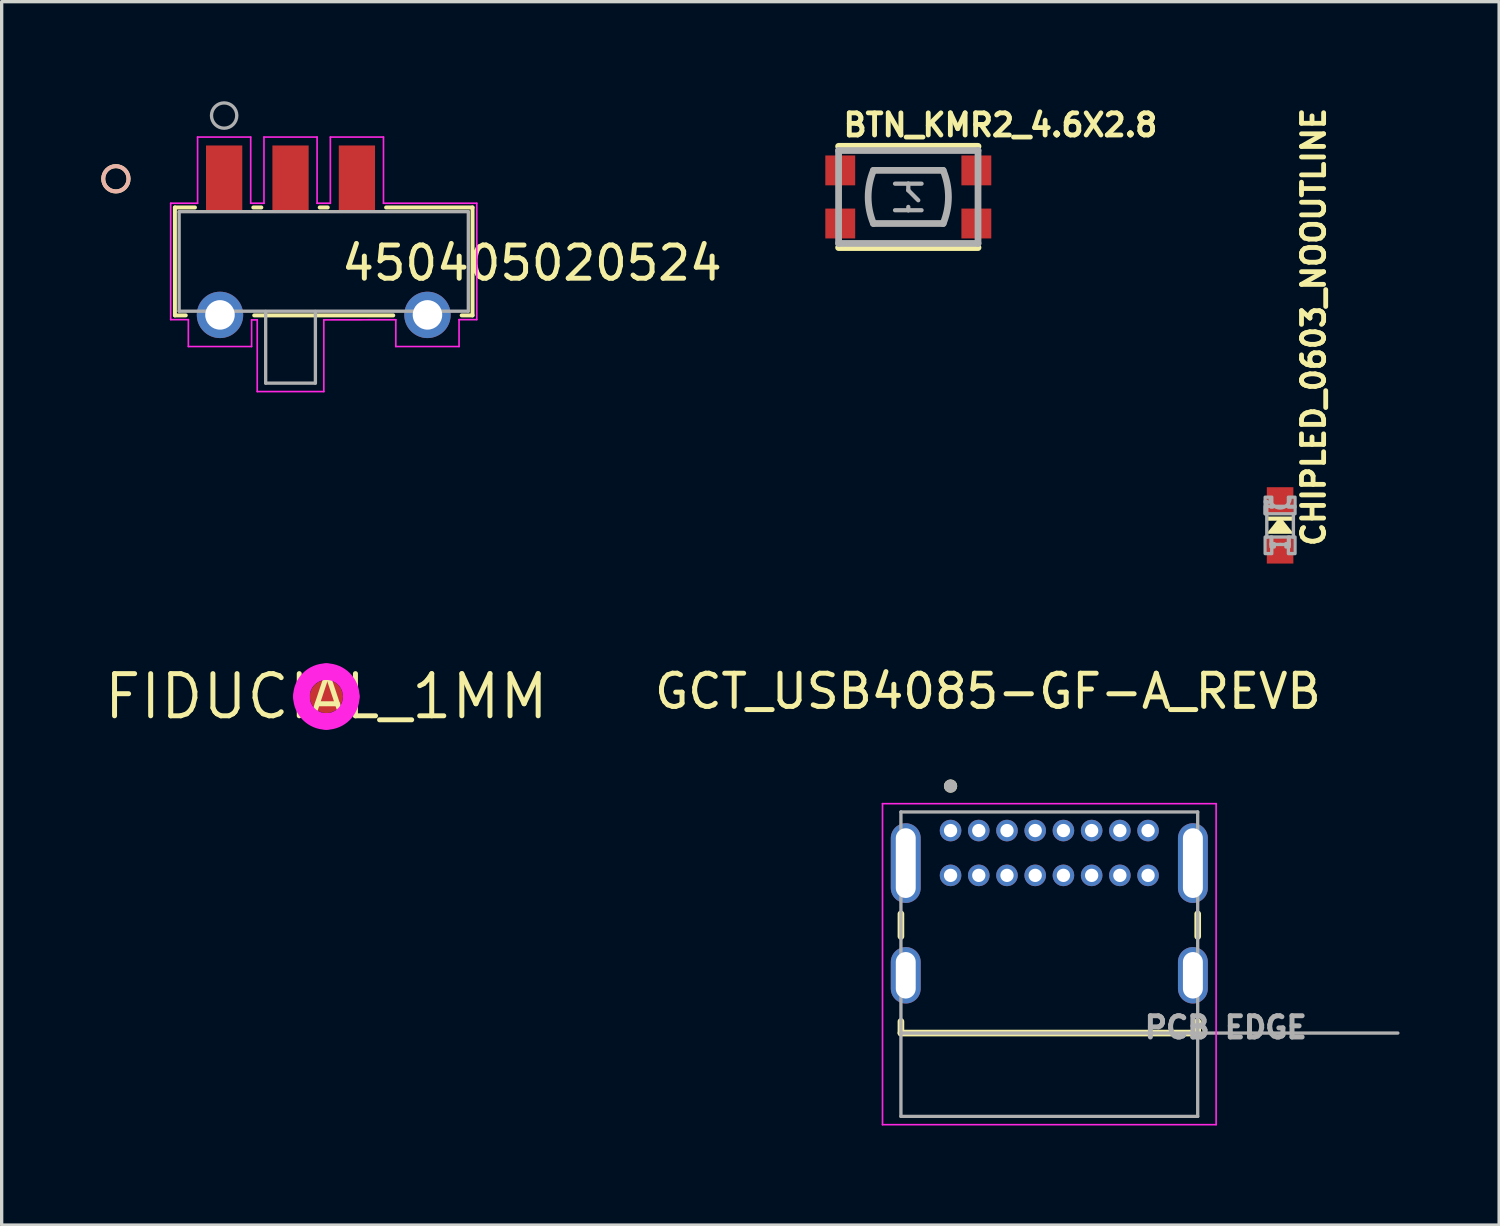
<source format=kicad_pcb>
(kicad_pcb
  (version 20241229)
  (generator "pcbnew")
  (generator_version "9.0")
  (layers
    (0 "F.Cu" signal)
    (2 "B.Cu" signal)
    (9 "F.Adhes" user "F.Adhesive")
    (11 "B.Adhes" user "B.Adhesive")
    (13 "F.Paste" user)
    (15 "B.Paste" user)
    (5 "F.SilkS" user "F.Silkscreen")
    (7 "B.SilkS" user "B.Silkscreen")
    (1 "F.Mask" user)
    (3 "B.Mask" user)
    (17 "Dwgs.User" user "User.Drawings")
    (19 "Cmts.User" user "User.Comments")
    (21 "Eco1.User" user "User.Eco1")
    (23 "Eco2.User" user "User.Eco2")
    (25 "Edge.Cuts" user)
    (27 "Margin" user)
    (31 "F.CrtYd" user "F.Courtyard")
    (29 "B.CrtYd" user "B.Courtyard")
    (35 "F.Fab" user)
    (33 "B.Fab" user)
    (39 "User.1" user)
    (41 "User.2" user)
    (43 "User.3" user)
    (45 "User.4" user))
  (footprint "FIDUCIAL_1MM"
    (layer "F.Cu")
    (at 6.781 17.933)
    (property "Reference" "FIDUCIAL_1MM" (at 0 0 0) (layer "F.SilkS") (effects (font (size 1.27 1.27) (thickness 0.15))))
    (fp_arc (start -0.75 0) (mid -0.53033 -0.53033) (end 0 -0.75) (stroke (width 0.5) (type solid)) (layer "F.Mask"))
    (fp_arc (start 0 -0.75) (mid 0.53033 -0.53033) (end 0.75 0) (stroke (width 0.5) (type solid)) (layer "F.Mask"))
    (fp_arc (start 0 0.75) (mid -0.53033 0.53033) (end -0.75 0) (stroke (width 0.5) (type solid)) (layer "F.Mask"))
    (fp_arc (start 0.75 0) (mid 0.53033 0.53033) (end 0 0.75) (stroke (width 0.5) (type solid)) (layer "F.Mask"))
    (fp_arc (start -0.75 0) (mid -0.53033 -0.53033) (end 0 -0.75) (stroke (width 0.5) (type solid)) (layer "F.CrtYd"))
    (fp_arc (start 0 -0.75) (mid 0.53033 -0.53033) (end 0.75 0) (stroke (width 0.5) (type solid)) (layer "F.CrtYd"))
    (fp_arc (start 0 0.75) (mid -0.53033 0.53033) (end -0.75 0) (stroke (width 0.5) (type solid)) (layer "F.CrtYd"))
    (fp_arc (start 0.75 0) (mid 0.53033 0.53033) (end 0 0.75) (stroke (width 0.5) (type solid)) (layer "F.CrtYd"))
    (pad "1" smd roundrect (at 0 0) (size 1 1) (layers "F.Cu" "F.Mask") (roundrect_rratio 0.5)))
  (footprint "CHIPLED_0603_NOOUTLINE"
    (layer "F.Cu")
    (at 35.512 12.777)
    (property "Reference" "CHIPLED_0603_NOOUTLINE" (at 1.4 0.7 90) (layer "F.SilkS") (effects (font (size 0.666 0.666) (thickness 0.146)) (justify left bottom)))
    (fp_poly (pts (xy 0.413 0.254) (xy -0.413 0.254) (xy 0 -0.262)) (stroke (width 0) (type solid)) (fill yes) (layer "F.SilkS"))
    (fp_poly (pts (xy -0.381 -0.14) (xy 0.381 -0.14) (xy 0.381 -0.267) (xy -0.381 -0.267)) (stroke (width 0) (type solid)) (fill yes) (layer "F.SilkS"))
    (fp_line (start -0.4 -0.375) (end -0.4 0.35) (stroke (width 0.102) (type solid)) (layer "F.Fab"))
    (fp_line (start 0.4 -0.35) (end 0.4 0.35) (stroke (width 0.102) (type solid)) (layer "F.Fab"))
    (fp_arc (start -0.275 0.825) (mid 0 0.55) (end 0.275 0.825) (stroke (width 0.0508) (type solid)) (layer "F.Fab"))
    (fp_arc (start 0.3 -0.799998) (mid -0.000001 -0.524966) (end -0.3 -0.8) (stroke (width 0.1016) (type solid)) (layer "F.Fab"))
    (fp_circle (center -0.35 -0.625) (end -0.275 -0.625) (stroke (width 0.051) (type solid)) (fill no) (layer "F.Fab"))
    (fp_poly (pts (xy -0.45 -0.7) (xy -0.25 -0.7) (xy -0.25 -0.85) (xy -0.45 -0.85)) (stroke (width 0.1) (type solid)) (fill no) (layer "F.Fab"))
    (fp_poly (pts (xy -0.45 -0.35) (xy -0.4 -0.35) (xy -0.4 -0.725) (xy -0.45 -0.725)) (stroke (width 0.1) (type solid)) (fill no) (layer "F.Fab"))
    (fp_poly (pts (xy -0.45 -0.35) (xy 0.45 -0.35) (xy 0.45 -0.575) (xy -0.45 -0.575)) (stroke (width 0.1) (type solid)) (fill no) (layer "F.Fab"))
    (fp_poly (pts (xy -0.45 0.85) (xy -0.25 0.85) (xy -0.25 0.35) (xy -0.45 0.35)) (stroke (width 0.1) (type solid)) (fill no) (layer "F.Fab"))
    (fp_poly (pts (xy -0.275 -0.55) (xy -0.225 -0.55) (xy -0.225 -0.6) (xy -0.275 -0.6)) (stroke (width 0.1) (type solid)) (fill no) (layer "F.Fab"))
    (fp_poly (pts (xy -0.275 0.575) (xy 0.275 0.575) (xy 0.275 0.35) (xy -0.275 0.35)) (stroke (width 0.1) (type solid)) (fill no) (layer "F.Fab"))
    (fp_poly (pts (xy -0.275 0.65) (xy -0.175 0.65) (xy -0.175 0.55) (xy -0.275 0.55)) (stroke (width 0.1) (type solid)) (fill no) (layer "F.Fab"))
    (fp_poly (pts (xy 0.175 0.65) (xy 0.275 0.65) (xy 0.275 0.55) (xy 0.175 0.55)) (stroke (width 0.1) (type solid)) (fill no) (layer "F.Fab"))
    (fp_poly (pts (xy 0.25 -0.55) (xy 0.45 -0.55) (xy 0.45 -0.85) (xy 0.25 -0.85)) (stroke (width 0.1) (type solid)) (fill no) (layer "F.Fab"))
    (fp_poly (pts (xy 0.25 0.85) (xy 0.45 0.85) (xy 0.45 0.35) (xy 0.25 0.35)) (stroke (width 0.1) (type solid)) (fill no) (layer "F.Fab"))
    (pad "A" smd rect (at 0 0.75) (size 0.8 0.8) (layers "F.Cu" "F.Mask" "F.Paste"))
    (pad "C" smd rect (at 0 -0.75) (size 0.8 0.8) (layers "F.Cu" "F.Mask" "F.Paste")))
  (footprint "450405020524"
    (layer "F.Cu")
    (at 3.702 2.336)
    (property "Reference" "450405020524" (at 9.271 2.54 0) (layer "F.SilkS") (effects (font (size 1 1) (thickness 0.15))))
    (attr through_hole)
    (fp_line (start -1.483 0.864) (end -1.483 4.115) (stroke (width 0.12) (type solid)) (layer "F.SilkS"))
    (fp_line (start -1.483 4.115) (end -1.156 4.115) (stroke (width 0.12) (type solid)) (layer "F.SilkS"))
    (fp_line (start -0.879 0.864) (end -1.483 0.864) (stroke (width 0.12) (type solid)) (layer "F.SilkS"))
    (fp_line (start 0.906 4.115) (end 5.094 4.115) (stroke (width 0.12) (type solid)) (layer "F.SilkS"))
    (fp_line (start 1.121 0.864) (end 0.879 0.864) (stroke (width 0.12) (type solid)) (layer "F.SilkS"))
    (fp_line (start 3.121 0.864) (end 2.879 0.864) (stroke (width 0.12) (type solid)) (layer "F.SilkS"))
    (fp_line (start 7.156 4.115) (end 7.483 4.115) (stroke (width 0.12) (type solid)) (layer "F.SilkS"))
    (fp_line (start 7.483 0.864) (end 4.879 0.864) (stroke (width 0.12) (type solid)) (layer "F.SilkS"))
    (fp_line (start 7.483 4.115) (end 7.483 0.864) (stroke (width 0.12) (type solid)) (layer "F.SilkS"))
    (fp_circle (center -3.261 0) (end -2.88 0) (stroke (width 0.12) (type solid)) (fill no) (layer "F.SilkS"))
    (fp_circle (center -3.261 0) (end -2.88 0) (stroke (width 0.12) (type solid)) (fill no) (layer "B.SilkS"))
    (fp_line (start -1.61 0.737) (end -1.61 4.242) (stroke (width 0.05) (type solid)) (layer "F.CrtYd"))
    (fp_line (start -1.61 4.242) (end -1.078 4.244) (stroke (width 0.05) (type solid)) (layer "F.CrtYd"))
    (fp_line (start -1.078 4.244) (end -1.078 5.053) (stroke (width 0.05) (type solid)) (layer "F.CrtYd"))
    (fp_line (start -1.078 5.053) (end 0.827 5.053) (stroke (width 0.05) (type solid)) (layer "F.CrtYd"))
    (fp_line (start -0.8 -1.257) (end -0.8 0.737) (stroke (width 0.05) (type solid)) (layer "F.CrtYd"))
    (fp_line (start -0.8 0.737) (end -1.61 0.737) (stroke (width 0.05) (type solid)) (layer "F.CrtYd"))
    (fp_line (start 0.8 -1.257) (end -0.8 -1.257) (stroke (width 0.05) (type solid)) (layer "F.CrtYd"))
    (fp_line (start 0.8 0.737) (end 0.8 -1.257) (stroke (width 0.05) (type solid)) (layer "F.CrtYd"))
    (fp_line (start 0.827 4.25) (end 0.997 4.25) (stroke (width 0.05) (type solid)) (layer "F.CrtYd"))
    (fp_line (start 0.827 5.053) (end 0.827 4.25) (stroke (width 0.05) (type solid)) (layer "F.CrtYd"))
    (fp_line (start 0.997 4.25) (end 0.997 6.41) (stroke (width 0.05) (type solid)) (layer "F.CrtYd"))
    (fp_line (start 0.997 6.41) (end 3.003 6.41) (stroke (width 0.05) (type solid)) (layer "F.CrtYd"))
    (fp_line (start 1.2 -1.257) (end 1.2 0.737) (stroke (width 0.05) (type solid)) (layer "F.CrtYd"))
    (fp_line (start 1.2 0.737) (end 0.8 0.737) (stroke (width 0.05) (type solid)) (layer "F.CrtYd"))
    (fp_line (start 2.8 -1.257) (end 1.2 -1.257) (stroke (width 0.05) (type solid)) (layer "F.CrtYd"))
    (fp_line (start 2.8 0.737) (end 2.8 -1.257) (stroke (width 0.05) (type solid)) (layer "F.CrtYd"))
    (fp_line (start 3.003 4.25) (end 5.172 4.246) (stroke (width 0.05) (type solid)) (layer "F.CrtYd"))
    (fp_line (start 3.003 6.41) (end 3.003 4.25) (stroke (width 0.05) (type solid)) (layer "F.CrtYd"))
    (fp_line (start 3.2 -1.257) (end 3.2 0.737) (stroke (width 0.05) (type solid)) (layer "F.CrtYd"))
    (fp_line (start 3.2 0.737) (end 2.8 0.737) (stroke (width 0.05) (type solid)) (layer "F.CrtYd"))
    (fp_line (start 4.8 -1.257) (end 3.2 -1.257) (stroke (width 0.05) (type solid)) (layer "F.CrtYd"))
    (fp_line (start 4.8 0.737) (end 4.8 -1.257) (stroke (width 0.05) (type solid)) (layer "F.CrtYd"))
    (fp_line (start 5.172 4.246) (end 5.172 5.053) (stroke (width 0.05) (type solid)) (layer "F.CrtYd"))
    (fp_line (start 5.172 5.053) (end 7.077 5.053) (stroke (width 0.05) (type solid)) (layer "F.CrtYd"))
    (fp_line (start 7.077 4.243) (end 7.61 4.242) (stroke (width 0.05) (type solid)) (layer "F.CrtYd"))
    (fp_line (start 7.077 5.053) (end 7.077 4.243) (stroke (width 0.05) (type solid)) (layer "F.CrtYd"))
    (fp_line (start 7.61 0.737) (end 4.8 0.737) (stroke (width 0.05) (type solid)) (layer "F.CrtYd"))
    (fp_line (start 7.61 4.242) (end 7.61 0.737) (stroke (width 0.05) (type solid)) (layer "F.CrtYd"))
    (fp_line (start -1.356 0.991) (end -1.356 3.988) (stroke (width 0.1) (type solid)) (layer "F.Fab"))
    (fp_line (start -1.356 3.988) (end 7.356 3.988) (stroke (width 0.1) (type solid)) (layer "F.Fab"))
    (fp_line (start 1.251 6.155) (end 1.251 3.997) (stroke (width 0.1) (type solid)) (layer "F.Fab"))
    (fp_line (start 1.251 6.155) (end 2.749 6.155) (stroke (width 0.1) (type solid)) (layer "F.Fab"))
    (fp_line (start 2.749 6.155) (end 2.749 3.997) (stroke (width 0.1) (type solid)) (layer "F.Fab"))
    (fp_line (start 7.356 0.991) (end -1.356 0.991) (stroke (width 0.1) (type solid)) (layer "F.Fab"))
    (fp_line (start 7.356 3.988) (end 7.356 0.991) (stroke (width 0.1) (type solid)) (layer "F.Fab"))
    (fp_circle (center 0 -1.905) (end 0.381 -1.905) (stroke (width 0.1) (type solid)) (fill no) (layer "F.Fab"))
    (pad "1" smd rect (at 0 0 180) (size 1.092 2.007) (layers "F.Cu" "F.Mask" "F.Paste"))
    (pad "2" smd rect (at 2 0 180) (size 1.092 2.007) (layers "F.Cu" "F.Mask" "F.Paste"))
    (pad "3" smd rect (at 4 0 180) (size 1.092 2.007) (layers "F.Cu" "F.Mask" "F.Paste"))
    (pad "4" thru_hole circle (at -0.125 4.1 180) (size 1.397 1.397) (drill 0.889) (layers "*.Cu" "*.Mask"))
    (pad "5" thru_hole circle (at 6.125 4.1 180) (size 1.397 1.397) (drill 0.889) (layers "*.Cu" "*.Mask")))
  (footprint "GCT_USB4085-GF-A_REVB"
    (layer "F.Cu")
    (at 28.56 26.33)
    (property "Reference" "GCT_USB4085-GF-A_REVB" (at -1.85 -8.555 0) (layer "F.SilkS") (effects (font (size 1 1) (thickness 0.15))))
    (attr through_hole)
    (fp_line (start -4.47 -1.85) (end -4.47 -1.17) (stroke (width 0.2) (type solid)) (layer "F.SilkS"))
    (fp_line (start -4.47 1.39) (end -4.47 1.74) (stroke (width 0.2) (type solid)) (layer "F.SilkS"))
    (fp_line (start -4.47 1.74) (end 4.47 1.74) (stroke (width 0.2) (type solid)) (layer "F.SilkS"))
    (fp_line (start 4.47 -1.85) (end 4.47 -1.17) (stroke (width 0.2) (type solid)) (layer "F.SilkS"))
    (fp_line (start 4.47 1.74) (end 4.47 1.39) (stroke (width 0.2) (type solid)) (layer "F.SilkS"))
    (fp_circle (center -2.975 -5.7) (end -2.875 -5.7) (stroke (width 0.2) (type solid)) (fill no) (layer "F.SilkS"))
    (fp_line (start -5.025 -5.17) (end 5.025 -5.17) (stroke (width 0.05) (type solid)) (layer "F.CrtYd"))
    (fp_line (start -5.025 4.5) (end -5.025 -5.17) (stroke (width 0.05) (type solid)) (layer "F.CrtYd"))
    (fp_line (start 5.025 -5.17) (end 5.025 4.5) (stroke (width 0.05) (type solid)) (layer "F.CrtYd"))
    (fp_line (start 5.025 4.5) (end -5.025 4.5) (stroke (width 0.05) (type solid)) (layer "F.CrtYd"))
    (fp_line (start -4.47 -4.92) (end 4.47 -4.92) (stroke (width 0.1) (type solid)) (layer "F.Fab"))
    (fp_line (start -4.47 1.74) (end -4.47 -4.92) (stroke (width 0.1) (type solid)) (layer "F.Fab"))
    (fp_line (start -4.47 1.74) (end 10.5 1.74) (stroke (width 0.1) (type solid)) (layer "F.Fab"))
    (fp_line (start -4.47 4.25) (end -4.47 1.74) (stroke (width 0.1) (type solid)) (layer "F.Fab"))
    (fp_line (start 4.47 -4.92) (end 4.47 4.25) (stroke (width 0.1) (type solid)) (layer "F.Fab"))
    (fp_line (start 4.47 4.25) (end -4.47 4.25) (stroke (width 0.1) (type solid)) (layer "F.Fab"))
    (fp_circle (center -2.975 -5.7) (end -2.875 -5.7) (stroke (width 0.2) (type solid)) (fill no) (layer "F.Fab"))
    (fp_text user "PCB EDGE" (at 5.315 1.57 0) (layer "F.Fab") (effects (font (size 0.64 0.64) (thickness 0.15))))
    (pad "A1" thru_hole circle (at -2.975 -4.36) (size 0.65 0.65) (drill 0.4) (layers "*.Cu" "*.Mask"))
    (pad "A4" thru_hole circle (at -2.125 -4.36) (size 0.65 0.65) (drill 0.4) (layers "*.Cu" "*.Mask"))
    (pad "A5" thru_hole circle (at -1.275 -4.36) (size 0.65 0.65) (drill 0.4) (layers "*.Cu" "*.Mask"))
    (pad "A6" thru_hole circle (at -0.425 -4.36) (size 0.65 0.65) (drill 0.4) (layers "*.Cu" "*.Mask"))
    (pad "A7" thru_hole circle (at 0.425 -4.36) (size 0.65 0.65) (drill 0.4) (layers "*.Cu" "*.Mask"))
    (pad "A8" thru_hole circle (at 1.275 -4.36) (size 0.65 0.65) (drill 0.4) (layers "*.Cu" "*.Mask"))
    (pad "A9" thru_hole circle (at 2.125 -4.36) (size 0.65 0.65) (drill 0.4) (layers "*.Cu" "*.Mask"))
    (pad "A12" thru_hole circle (at 2.975 -4.36) (size 0.65 0.65) (drill 0.4) (layers "*.Cu" "*.Mask"))
    (pad "B1" thru_hole circle (at 2.975 -3.01) (size 0.65 0.65) (drill 0.4) (layers "*.Cu" "*.Mask"))
    (pad "B4" thru_hole circle (at 2.125 -3.01) (size 0.65 0.65) (drill 0.4) (layers "*.Cu" "*.Mask"))
    (pad "B5" thru_hole circle (at 1.275 -3.01) (size 0.65 0.65) (drill 0.4) (layers "*.Cu" "*.Mask"))
    (pad "B6" thru_hole circle (at 0.425 -3.01) (size 0.65 0.65) (drill 0.4) (layers "*.Cu" "*.Mask"))
    (pad "B7" thru_hole circle (at -0.425 -3.01) (size 0.65 0.65) (drill 0.4) (layers "*.Cu" "*.Mask"))
    (pad "B8" thru_hole circle (at -1.275 -3.01) (size 0.65 0.65) (drill 0.4) (layers "*.Cu" "*.Mask"))
    (pad "B9" thru_hole circle (at -2.125 -3.01) (size 0.65 0.65) (drill 0.4) (layers "*.Cu" "*.Mask"))
    (pad "B12" thru_hole circle (at -2.975 -3.01) (size 0.65 0.65) (drill 0.4) (layers "*.Cu" "*.Mask"))
    (pad "S1" thru_hole oval (at -4.325 0) (size 0.9 1.7) (drill oval 0.6 1.4) (layers "*.Cu" "*.Mask"))
    (pad "S2" thru_hole oval (at 4.325 0) (size 0.9 1.7) (drill oval 0.6 1.4) (layers "*.Cu" "*.Mask"))
    (pad "S3" thru_hole oval (at -4.325 -3.38) (size 0.9 2.4) (drill oval 0.6 2.1) (layers "*.Cu" "*.Mask"))
    (pad "S4" thru_hole oval (at 4.325 -3.38) (size 0.9 2.4) (drill oval 0.6 2.1) (layers "*.Cu" "*.Mask")))
  (footprint "BTN_KMR2_4.6X2.8"
    (layer "F.Cu")
    (at 24.312 2.883)
    (property "Reference" "BTN_KMR2_4.6X2.8" (at -2.032 -1.778 0) (layer "F.SilkS") (effects (font (size 0.666 0.666) (thickness 0.146)) (justify left bottom)))
    (attr smd)
    (fp_line (start -2.1 -1.525) (end 2.1 -1.525) (stroke (width 0.203) (type solid)) (layer "F.SilkS"))
    (fp_line (start 2.1 1.525) (end -2.1 1.525) (stroke (width 0.203) (type solid)) (layer "F.SilkS"))
    (fp_line (start -2.1 -1.4) (end 2.1 -1.4) (stroke (width 0.203) (type solid)) (layer "F.Fab"))
    (fp_line (start -2.1 1.4) (end -2.1 -1.4) (stroke (width 0.203) (type solid)) (layer "F.Fab"))
    (fp_line (start -1.05 -0.8) (end 1.05 -0.8) (stroke (width 0.203) (type solid)) (layer "F.Fab"))
    (fp_line (start -0.4 -0.4) (end 0 -0.4) (stroke (width 0.127) (type solid)) (layer "F.Fab"))
    (fp_line (start -0.4 0.4) (end 0 0.4) (stroke (width 0.127) (type solid)) (layer "F.Fab"))
    (fp_line (start 0 -0.4) (end 0 -0.2) (stroke (width 0.127) (type solid)) (layer "F.Fab"))
    (fp_line (start 0 -0.4) (end 0.4 -0.4) (stroke (width 0.127) (type solid)) (layer "F.Fab"))
    (fp_line (start 0 -0.2) (end 0.3 0.1) (stroke (width 0.127) (type solid)) (layer "F.Fab"))
    (fp_line (start 0 0.4) (end 0 0.3) (stroke (width 0.127) (type solid)) (layer "F.Fab"))
    (fp_line (start 0 0.4) (end 0.4 0.4) (stroke (width 0.127) (type solid)) (layer "F.Fab"))
    (fp_line (start 1.05 0.8) (end -1.05 0.8) (stroke (width 0.203) (type solid)) (layer "F.Fab"))
    (fp_line (start 2.1 -1.4) (end 2.1 1.4) (stroke (width 0.203) (type solid)) (layer "F.Fab"))
    (fp_line (start 2.1 1.4) (end -2.1 1.4) (stroke (width 0.203) (type solid)) (layer "F.Fab"))
    (fp_arc (start -1.05 0.8) (mid -1.209128 0) (end -1.05 -0.799999) (stroke (width 0.2032) (type solid)) (layer "F.Fab"))
    (fp_arc (start 1.05 -0.8) (mid 1.209128 0) (end 1.05 0.799999) (stroke (width 0.2032) (type solid)) (layer "F.Fab"))
    (pad "A" smd rect (at 2.05 -0.8) (size 0.9 0.9) (layers "F.Cu" "F.Mask" "F.Paste"))
    (pad "A'" smd rect (at -2.05 -0.8) (size 0.9 0.9) (layers "F.Cu" "F.Mask" "F.Paste"))
    (pad "B" smd rect (at 2.05 0.8) (size 0.9 0.9) (layers "F.Cu" "F.Mask" "F.Paste"))
    (pad "B'" smd rect (at -2.05 0.8) (size 0.9 0.9) (layers "F.Cu" "F.Mask" "F.Paste")))
  (gr_rect
    (start -3 -3)
    (end 42.11 33.855)
    (stroke (width 0.1) (type default))
    (fill no)
    (layer "Edge.Cuts")))
</source>
